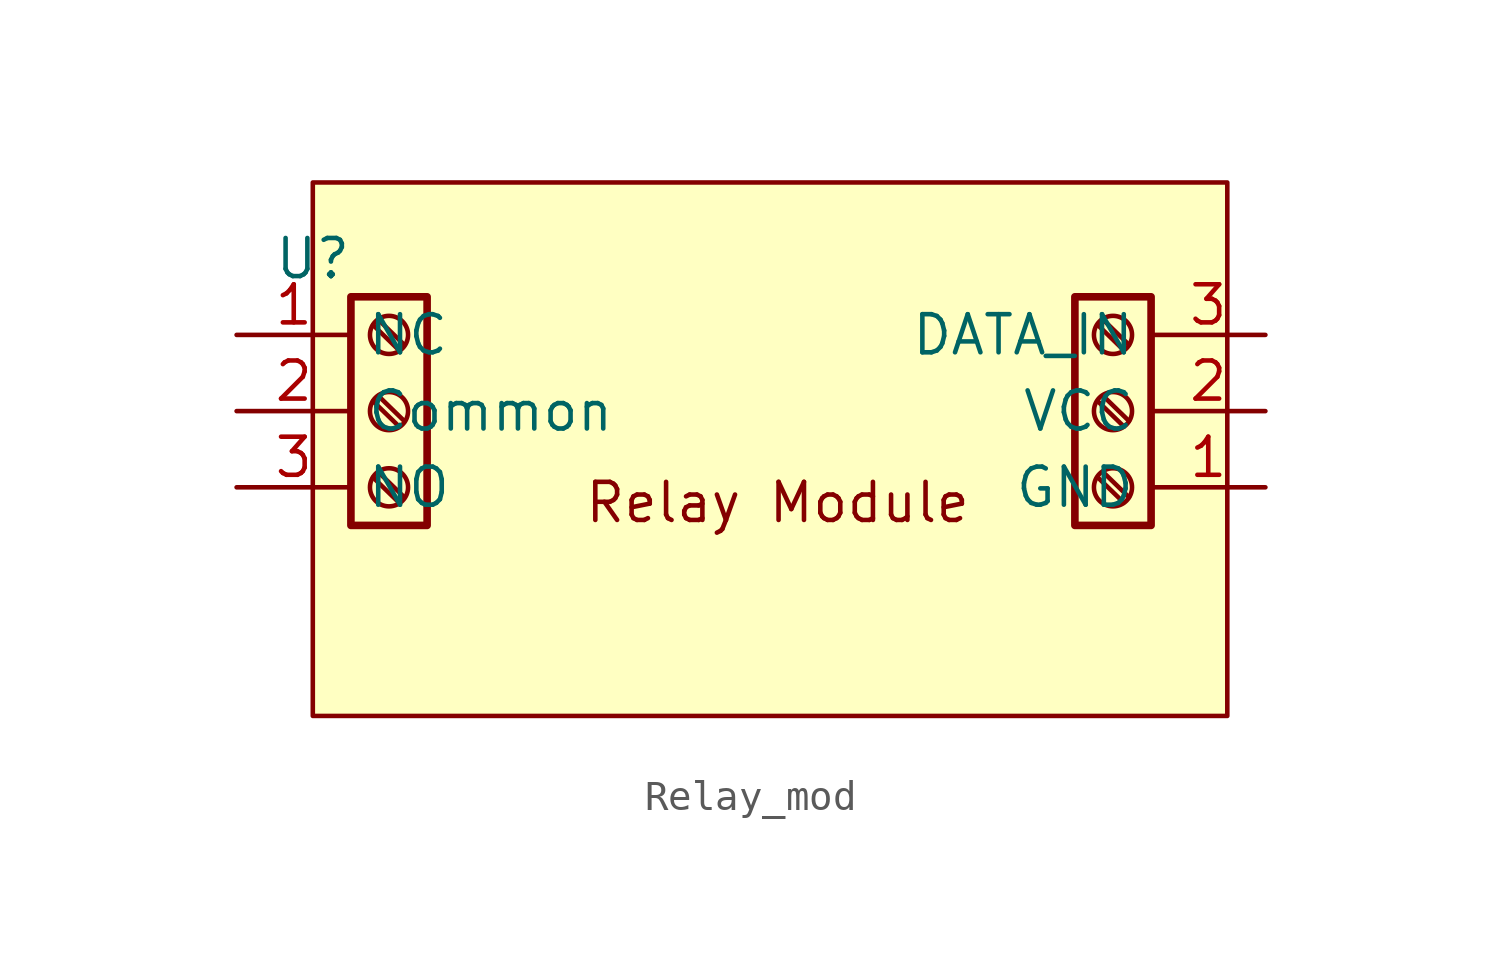
<source format=kicad_sym>
(kicad_symbol_lib
  (version 20241209)
  (generator "kicad_symbol_editor")
  (generator_version "9.0")
  (symbol "Relay_mod"
    (power)
    (property "Reference" "U"
      (at 0 -2.54 0)
      (effects (font (size 1.27 1.27))))
    (property "Value" ""
      (at 0 0 0)
      (effects (font (size 1.27 1.27))))
    (symbol "Relay_mod_1_1"
      (rectangle (start 0 0) (end 30.48 -17.78) (stroke (width 0) (type solid)) (fill (type background)))
      (rectangle (start 1.27 -3.81) (end 3.81 -11.43) (stroke (width 0.254) (type default)) (fill (type background)))
      (polyline (pts (xy 2.007 -4.75) (xy 2.87 -5.588)) (stroke (width 0.152) (type default)) (fill (type none)))
      (polyline (pts (xy 2.007 -7.29) (xy 2.87 -8.128)) (stroke (width 0.152) (type default)) (fill (type none)))
      (polyline (pts (xy 2.007 -9.83) (xy 2.87 -10.668)) (stroke (width 0.152) (type default)) (fill (type none)))
      (polyline (pts (xy 2.184 -4.572) (xy 3.048 -5.41)) (stroke (width 0.152) (type default)) (fill (type none)))
      (polyline (pts (xy 2.184 -7.112) (xy 3.048 -7.95)) (stroke (width 0.152) (type default)) (fill (type none)))
      (polyline (pts (xy 2.184 -9.652) (xy 3.048 -10.49)) (stroke (width 0.152) (type default)) (fill (type none)))
      (circle (center 2.54 -5.08) (radius 0.635) (stroke (width 0.152) (type default)) (fill (type none)))
      (circle (center 2.54 -7.62) (radius 0.635) (stroke (width 0.152) (type default)) (fill (type none)))
      (circle (center 2.54 -10.16) (radius 0.635) (stroke (width 0.152) (type default)) (fill (type none)))
      (circle (center 26.67 -5.08) (radius 0.635) (stroke (width 0.152) (type default)) (fill (type none)))
      (circle (center 26.67 -7.62) (radius 0.635) (stroke (width 0.152) (type default)) (fill (type none)))
      (circle (center 26.67 -10.16) (radius 0.635) (stroke (width 0.152) (type default)) (fill (type none)))
      (polyline (pts (xy 27.026 -5.588) (xy 26.162 -4.75)) (stroke (width 0.152) (type default)) (fill (type none)))
      (polyline (pts (xy 27.026 -8.128) (xy 26.162 -7.29)) (stroke (width 0.152) (type default)) (fill (type none)))
      (polyline (pts (xy 27.026 -10.668) (xy 26.162 -9.83)) (stroke (width 0.152) (type default)) (fill (type none)))
      (polyline (pts (xy 27.203 -5.41) (xy 26.34 -4.572)) (stroke (width 0.152) (type default)) (fill (type none)))
      (polyline (pts (xy 27.203 -7.95) (xy 26.34 -7.112)) (stroke (width 0.152) (type default)) (fill (type none)))
      (polyline (pts (xy 27.203 -10.49) (xy 26.34 -9.652)) (stroke (width 0.152) (type default)) (fill (type none)))
      (rectangle (start 27.94 -11.43) (end 25.4 -3.81) (stroke (width 0.254) (type default)) (fill (type background)))
      (text "Relay Module" (at 15.494 -10.668 0) (effects (font (size 1.27 1.27))))
      (pin bidirectional line (at -2.54 -5.08 0) (length 3.81) (name "NC" (effects (font (size 1.27 1.27)))) (number "1" (effects (font (size 1.27 1.27)))))
      (pin bidirectional line (at -2.54 -7.62 0) (length 3.81) (name "Common" (effects (font (size 1.27 1.27)))) (number "2" (effects (font (size 1.27 1.27)))))
      (pin bidirectional line (at -2.54 -10.16 0) (length 3.81) (name "NO" (effects (font (size 1.27 1.27)))) (number "3" (effects (font (size 1.27 1.27)))))
      (pin input line (at 31.75 -5.08 180) (length 3.81) (name "DATA_IN" (effects (font (size 1.27 1.27)))) (number "3" (effects (font (size 1.27 1.27)))))
      (pin power_in line (at 31.75 -7.62 180) (length 3.81) (name "VCC" (effects (font (size 1.27 1.27)))) (number "2" (effects (font (size 1.27 1.27)))))
      (pin power_in line (at 31.75 -10.16 180) (length 3.81) (name "GND" (effects (font (size 1.27 1.27)))) (number "1" (effects (font (size 1.27 1.27))))))))
</source>
